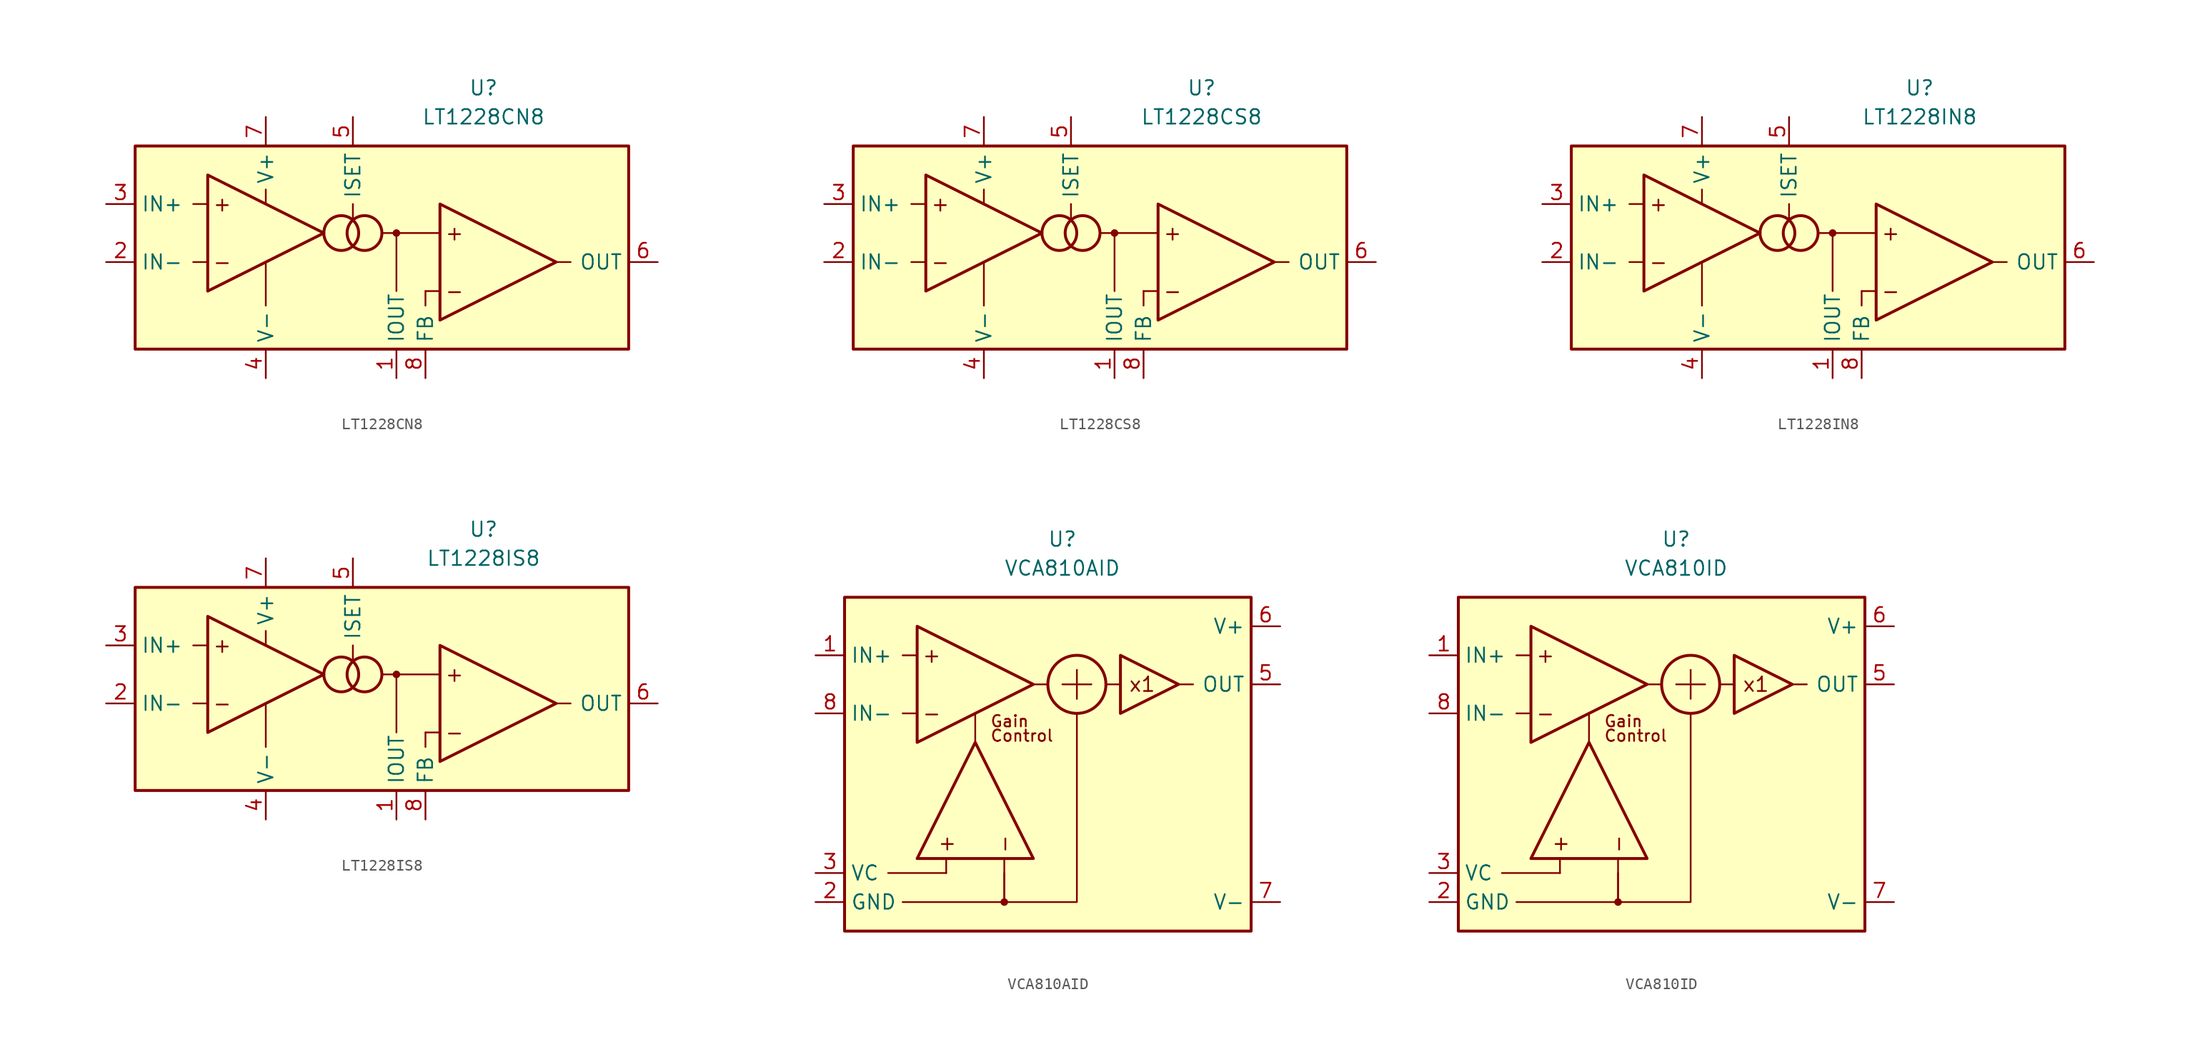
<source format=kicad_sym>
(kicad_symbol_lib
  (version 20231120)
  (generator "kicad_symbol_editor")
  (generator_version "8.0")
  (symbol "LT1228CN8"
    (property "Reference" "U"
      (at 10.16 13.97 0)
      (effects (font (size 1.27 1.27))))
    (property "Value" "LT1228CN8"
      (at 10.16 11.43 0)
      (effects (font (size 1.27 1.27))))
    (symbol "LT1228CN8_0_0"
      (rectangle (start -20.32 8.89) (end 22.86 -8.89) (stroke (width 0.254) (type default)) (fill (type background)))
      (circle (center -2.286 1.27) (radius 1.524) (stroke (width 0.254) (type default)) (fill (type none)))
      (circle (center -0.254 1.27) (radius 1.524) (stroke (width 0.254) (type default)) (fill (type none)))
      (polyline (pts (xy -13.97 -1.27) (xy -15.24 -1.27)) (stroke (width 0.152) (type default)) (fill (type none)))
      (polyline (pts (xy -13.97 3.81) (xy -15.24 3.81)) (stroke (width 0.152) (type default)) (fill (type none)))
      (polyline (pts (xy -8.89 -1.27) (xy -8.89 -5.08)) (stroke (width 0.152) (type default)) (fill (type none)))
      (polyline (pts (xy -8.89 3.81) (xy -8.89 5.08)) (stroke (width 0.152) (type default)) (fill (type none)))
      (polyline (pts (xy -1.27 3.81) (xy -1.27 2.54)) (stroke (width 0.152) (type default)) (fill (type none)))
      (polyline (pts (xy 1.27 1.27) (xy 6.35 1.27)) (stroke (width 0.152) (type default)) (fill (type none)))
      (polyline (pts (xy 2.54 1.27) (xy 2.54 -3.81)) (stroke (width 0.152) (type default)) (fill (type none)))
      (polyline (pts (xy 5.08 -3.81) (xy 5.08 -5.08)) (stroke (width 0.152) (type default)) (fill (type none)))
      (polyline (pts (xy 6.35 -3.81) (xy 5.08 -3.81)) (stroke (width 0.152) (type default)) (fill (type none)))
      (polyline (pts (xy 16.51 -1.27) (xy 17.78 -1.27)) (stroke (width 0.152) (type default)) (fill (type none)))
      (circle (center 2.54 1.27) (radius 0.254) (stroke (width 0.152) (type default)) (fill (type outline)))
      (text "+" (at -12.7 3.81 0) (effects (font (size 1.27 1.27))))
      (text "+" (at 7.62 1.27 0) (effects (font (size 1.27 1.27))))
      (text "-" (at -12.7 -1.27 0) (effects (font (size 1.27 1.27))))
      (text "-" (at 7.62 -3.81 0) (effects (font (size 1.27 1.27)))))
    (symbol "LT1228CN8_0_1"
      (polyline (pts (xy -13.97 6.35) (xy -13.97 -3.81) (xy -3.81 1.27) (xy -13.97 6.35)) (stroke (width 0.254) (type default)) (fill (type none)))
      (polyline (pts (xy 6.35 3.81) (xy 6.35 -6.35) (xy 16.51 -1.27) (xy 6.35 3.81)) (stroke (width 0.254) (type default)) (fill (type none))))
    (symbol "LT1228CN8_1_1"
      (pin output line (at 2.54 -11.43 90) (length 2.54) (name "IOUT" (effects (font (size 1.27 1.27)))) (number "1" (effects (font (size 1.27 1.27)))))
      (pin input line (at -22.86 -1.27 0) (length 2.54) (name "IN-" (effects (font (size 1.27 1.27)))) (number "2" (effects (font (size 1.27 1.27)))))
      (pin input line (at -22.86 3.81 0) (length 2.54) (name "IN+" (effects (font (size 1.27 1.27)))) (number "3" (effects (font (size 1.27 1.27)))))
      (pin power_in line (at -8.89 -11.43 90) (length 2.54) (name "V-" (effects (font (size 1.27 1.27)))) (number "4" (effects (font (size 1.27 1.27)))))
      (pin passive line (at -1.27 11.43 270) (length 2.54) (name "ISET" (effects (font (size 1.27 1.27)))) (number "5" (effects (font (size 1.27 1.27)))))
      (pin output line (at 25.4 -1.27 180) (length 2.54) (name "OUT" (effects (font (size 1.27 1.27)))) (number "6" (effects (font (size 1.27 1.27)))))
      (pin power_in line (at -8.89 11.43 270) (length 2.54) (name "V+" (effects (font (size 1.27 1.27)))) (number "7" (effects (font (size 1.27 1.27)))))
      (pin input line (at 5.08 -11.43 90) (length 2.54) (name "FB" (effects (font (size 1.27 1.27)))) (number "8" (effects (font (size 1.27 1.27)))))))
  (symbol "LT1228CS8"
    (property "Reference" "U"
      (at 10.16 13.97 0)
      (effects (font (size 1.27 1.27))))
    (property "Value" "LT1228CS8"
      (at 10.16 11.43 0)
      (effects (font (size 1.27 1.27))))
    (symbol "LT1228CS8_0_0"
      (rectangle (start -20.32 8.89) (end 22.86 -8.89) (stroke (width 0.254) (type default)) (fill (type background)))
      (circle (center -2.286 1.27) (radius 1.524) (stroke (width 0.254) (type default)) (fill (type none)))
      (circle (center -0.254 1.27) (radius 1.524) (stroke (width 0.254) (type default)) (fill (type none)))
      (polyline (pts (xy -13.97 -1.27) (xy -15.24 -1.27)) (stroke (width 0.152) (type default)) (fill (type none)))
      (polyline (pts (xy -13.97 3.81) (xy -15.24 3.81)) (stroke (width 0.152) (type default)) (fill (type none)))
      (polyline (pts (xy -8.89 -1.27) (xy -8.89 -5.08)) (stroke (width 0.152) (type default)) (fill (type none)))
      (polyline (pts (xy -8.89 3.81) (xy -8.89 5.08)) (stroke (width 0.152) (type default)) (fill (type none)))
      (polyline (pts (xy -1.27 3.81) (xy -1.27 2.54)) (stroke (width 0.152) (type default)) (fill (type none)))
      (polyline (pts (xy 1.27 1.27) (xy 6.35 1.27)) (stroke (width 0.152) (type default)) (fill (type none)))
      (polyline (pts (xy 2.54 1.27) (xy 2.54 -3.81)) (stroke (width 0.152) (type default)) (fill (type none)))
      (polyline (pts (xy 5.08 -3.81) (xy 5.08 -5.08)) (stroke (width 0.152) (type default)) (fill (type none)))
      (polyline (pts (xy 6.35 -3.81) (xy 5.08 -3.81)) (stroke (width 0.152) (type default)) (fill (type none)))
      (polyline (pts (xy 16.51 -1.27) (xy 17.78 -1.27)) (stroke (width 0.152) (type default)) (fill (type none)))
      (circle (center 2.54 1.27) (radius 0.254) (stroke (width 0.152) (type default)) (fill (type outline)))
      (text "+" (at -12.7 3.81 0) (effects (font (size 1.27 1.27))))
      (text "+" (at 7.62 1.27 0) (effects (font (size 1.27 1.27))))
      (text "-" (at -12.7 -1.27 0) (effects (font (size 1.27 1.27))))
      (text "-" (at 7.62 -3.81 0) (effects (font (size 1.27 1.27)))))
    (symbol "LT1228CS8_0_1"
      (polyline (pts (xy -13.97 6.35) (xy -13.97 -3.81) (xy -3.81 1.27) (xy -13.97 6.35)) (stroke (width 0.254) (type default)) (fill (type none)))
      (polyline (pts (xy 6.35 3.81) (xy 6.35 -6.35) (xy 16.51 -1.27) (xy 6.35 3.81)) (stroke (width 0.254) (type default)) (fill (type none))))
    (symbol "LT1228CS8_1_1"
      (pin output line (at 2.54 -11.43 90) (length 2.54) (name "IOUT" (effects (font (size 1.27 1.27)))) (number "1" (effects (font (size 1.27 1.27)))))
      (pin input line (at -22.86 -1.27 0) (length 2.54) (name "IN-" (effects (font (size 1.27 1.27)))) (number "2" (effects (font (size 1.27 1.27)))))
      (pin input line (at -22.86 3.81 0) (length 2.54) (name "IN+" (effects (font (size 1.27 1.27)))) (number "3" (effects (font (size 1.27 1.27)))))
      (pin power_in line (at -8.89 -11.43 90) (length 2.54) (name "V-" (effects (font (size 1.27 1.27)))) (number "4" (effects (font (size 1.27 1.27)))))
      (pin passive line (at -1.27 11.43 270) (length 2.54) (name "ISET" (effects (font (size 1.27 1.27)))) (number "5" (effects (font (size 1.27 1.27)))))
      (pin output line (at 25.4 -1.27 180) (length 2.54) (name "OUT" (effects (font (size 1.27 1.27)))) (number "6" (effects (font (size 1.27 1.27)))))
      (pin power_in line (at -8.89 11.43 270) (length 2.54) (name "V+" (effects (font (size 1.27 1.27)))) (number "7" (effects (font (size 1.27 1.27)))))
      (pin input line (at 5.08 -11.43 90) (length 2.54) (name "FB" (effects (font (size 1.27 1.27)))) (number "8" (effects (font (size 1.27 1.27)))))))
  (symbol "LT1228IN8"
    (property "Reference" "U"
      (at 10.16 13.97 0)
      (effects (font (size 1.27 1.27))))
    (property "Value" "LT1228IN8"
      (at 10.16 11.43 0)
      (effects (font (size 1.27 1.27))))
    (symbol "LT1228IN8_0_0"
      (rectangle (start -20.32 8.89) (end 22.86 -8.89) (stroke (width 0.254) (type default)) (fill (type background)))
      (circle (center -2.286 1.27) (radius 1.524) (stroke (width 0.254) (type default)) (fill (type none)))
      (circle (center -0.254 1.27) (radius 1.524) (stroke (width 0.254) (type default)) (fill (type none)))
      (polyline (pts (xy -13.97 -1.27) (xy -15.24 -1.27)) (stroke (width 0.152) (type default)) (fill (type none)))
      (polyline (pts (xy -13.97 3.81) (xy -15.24 3.81)) (stroke (width 0.152) (type default)) (fill (type none)))
      (polyline (pts (xy -8.89 -1.27) (xy -8.89 -5.08)) (stroke (width 0.152) (type default)) (fill (type none)))
      (polyline (pts (xy -8.89 3.81) (xy -8.89 5.08)) (stroke (width 0.152) (type default)) (fill (type none)))
      (polyline (pts (xy -1.27 3.81) (xy -1.27 2.54)) (stroke (width 0.152) (type default)) (fill (type none)))
      (polyline (pts (xy 1.27 1.27) (xy 6.35 1.27)) (stroke (width 0.152) (type default)) (fill (type none)))
      (polyline (pts (xy 2.54 1.27) (xy 2.54 -3.81)) (stroke (width 0.152) (type default)) (fill (type none)))
      (polyline (pts (xy 5.08 -3.81) (xy 5.08 -5.08)) (stroke (width 0.152) (type default)) (fill (type none)))
      (polyline (pts (xy 6.35 -3.81) (xy 5.08 -3.81)) (stroke (width 0.152) (type default)) (fill (type none)))
      (polyline (pts (xy 16.51 -1.27) (xy 17.78 -1.27)) (stroke (width 0.152) (type default)) (fill (type none)))
      (circle (center 2.54 1.27) (radius 0.254) (stroke (width 0.152) (type default)) (fill (type outline)))
      (text "+" (at -12.7 3.81 0) (effects (font (size 1.27 1.27))))
      (text "+" (at 7.62 1.27 0) (effects (font (size 1.27 1.27))))
      (text "-" (at -12.7 -1.27 0) (effects (font (size 1.27 1.27))))
      (text "-" (at 7.62 -3.81 0) (effects (font (size 1.27 1.27)))))
    (symbol "LT1228IN8_0_1"
      (polyline (pts (xy -13.97 6.35) (xy -13.97 -3.81) (xy -3.81 1.27) (xy -13.97 6.35)) (stroke (width 0.254) (type default)) (fill (type none)))
      (polyline (pts (xy 6.35 3.81) (xy 6.35 -6.35) (xy 16.51 -1.27) (xy 6.35 3.81)) (stroke (width 0.254) (type default)) (fill (type none))))
    (symbol "LT1228IN8_1_1"
      (pin output line (at 2.54 -11.43 90) (length 2.54) (name "IOUT" (effects (font (size 1.27 1.27)))) (number "1" (effects (font (size 1.27 1.27)))))
      (pin input line (at -22.86 -1.27 0) (length 2.54) (name "IN-" (effects (font (size 1.27 1.27)))) (number "2" (effects (font (size 1.27 1.27)))))
      (pin input line (at -22.86 3.81 0) (length 2.54) (name "IN+" (effects (font (size 1.27 1.27)))) (number "3" (effects (font (size 1.27 1.27)))))
      (pin power_in line (at -8.89 -11.43 90) (length 2.54) (name "V-" (effects (font (size 1.27 1.27)))) (number "4" (effects (font (size 1.27 1.27)))))
      (pin passive line (at -1.27 11.43 270) (length 2.54) (name "ISET" (effects (font (size 1.27 1.27)))) (number "5" (effects (font (size 1.27 1.27)))))
      (pin output line (at 25.4 -1.27 180) (length 2.54) (name "OUT" (effects (font (size 1.27 1.27)))) (number "6" (effects (font (size 1.27 1.27)))))
      (pin power_in line (at -8.89 11.43 270) (length 2.54) (name "V+" (effects (font (size 1.27 1.27)))) (number "7" (effects (font (size 1.27 1.27)))))
      (pin input line (at 5.08 -11.43 90) (length 2.54) (name "FB" (effects (font (size 1.27 1.27)))) (number "8" (effects (font (size 1.27 1.27)))))))
  (symbol "LT1228IS8"
    (property "Reference" "U"
      (at 10.16 13.97 0)
      (effects (font (size 1.27 1.27))))
    (property "Value" "LT1228IS8"
      (at 10.16 11.43 0)
      (effects (font (size 1.27 1.27))))
    (symbol "LT1228IS8_0_0"
      (rectangle (start -20.32 8.89) (end 22.86 -8.89) (stroke (width 0.254) (type default)) (fill (type background)))
      (circle (center -2.286 1.27) (radius 1.524) (stroke (width 0.254) (type default)) (fill (type none)))
      (circle (center -0.254 1.27) (radius 1.524) (stroke (width 0.254) (type default)) (fill (type none)))
      (polyline (pts (xy -13.97 -1.27) (xy -15.24 -1.27)) (stroke (width 0.152) (type default)) (fill (type none)))
      (polyline (pts (xy -13.97 3.81) (xy -15.24 3.81)) (stroke (width 0.152) (type default)) (fill (type none)))
      (polyline (pts (xy -8.89 -1.27) (xy -8.89 -5.08)) (stroke (width 0.152) (type default)) (fill (type none)))
      (polyline (pts (xy -8.89 3.81) (xy -8.89 5.08)) (stroke (width 0.152) (type default)) (fill (type none)))
      (polyline (pts (xy -1.27 3.81) (xy -1.27 2.54)) (stroke (width 0.152) (type default)) (fill (type none)))
      (polyline (pts (xy 1.27 1.27) (xy 6.35 1.27)) (stroke (width 0.152) (type default)) (fill (type none)))
      (polyline (pts (xy 2.54 1.27) (xy 2.54 -3.81)) (stroke (width 0.152) (type default)) (fill (type none)))
      (polyline (pts (xy 5.08 -3.81) (xy 5.08 -5.08)) (stroke (width 0.152) (type default)) (fill (type none)))
      (polyline (pts (xy 6.35 -3.81) (xy 5.08 -3.81)) (stroke (width 0.152) (type default)) (fill (type none)))
      (polyline (pts (xy 16.51 -1.27) (xy 17.78 -1.27)) (stroke (width 0.152) (type default)) (fill (type none)))
      (circle (center 2.54 1.27) (radius 0.254) (stroke (width 0.152) (type default)) (fill (type outline)))
      (text "+" (at -12.7 3.81 0) (effects (font (size 1.27 1.27))))
      (text "+" (at 7.62 1.27 0) (effects (font (size 1.27 1.27))))
      (text "-" (at -12.7 -1.27 0) (effects (font (size 1.27 1.27))))
      (text "-" (at 7.62 -3.81 0) (effects (font (size 1.27 1.27)))))
    (symbol "LT1228IS8_0_1"
      (polyline (pts (xy -13.97 6.35) (xy -13.97 -3.81) (xy -3.81 1.27) (xy -13.97 6.35)) (stroke (width 0.254) (type default)) (fill (type none)))
      (polyline (pts (xy 6.35 3.81) (xy 6.35 -6.35) (xy 16.51 -1.27) (xy 6.35 3.81)) (stroke (width 0.254) (type default)) (fill (type none))))
    (symbol "LT1228IS8_1_1"
      (pin output line (at 2.54 -11.43 90) (length 2.54) (name "IOUT" (effects (font (size 1.27 1.27)))) (number "1" (effects (font (size 1.27 1.27)))))
      (pin input line (at -22.86 -1.27 0) (length 2.54) (name "IN-" (effects (font (size 1.27 1.27)))) (number "2" (effects (font (size 1.27 1.27)))))
      (pin input line (at -22.86 3.81 0) (length 2.54) (name "IN+" (effects (font (size 1.27 1.27)))) (number "3" (effects (font (size 1.27 1.27)))))
      (pin power_in line (at -8.89 -11.43 90) (length 2.54) (name "V-" (effects (font (size 1.27 1.27)))) (number "4" (effects (font (size 1.27 1.27)))))
      (pin passive line (at -1.27 11.43 270) (length 2.54) (name "ISET" (effects (font (size 1.27 1.27)))) (number "5" (effects (font (size 1.27 1.27)))))
      (pin output line (at 25.4 -1.27 180) (length 2.54) (name "OUT" (effects (font (size 1.27 1.27)))) (number "6" (effects (font (size 1.27 1.27)))))
      (pin power_in line (at -8.89 11.43 270) (length 2.54) (name "V+" (effects (font (size 1.27 1.27)))) (number "7" (effects (font (size 1.27 1.27)))))
      (pin input line (at 5.08 -11.43 90) (length 2.54) (name "FB" (effects (font (size 1.27 1.27)))) (number "8" (effects (font (size 1.27 1.27)))))))
  (symbol "VCA810AID"
    (property "Reference" "U"
      (at 0 20.32 0)
      (effects (font (size 1.27 1.27))))
    (property "Value" "VCA810AID"
      (at 0 17.78 0)
      (effects (font (size 1.27 1.27))))
    (symbol "VCA810AID_0_0"
      (rectangle (start -19.05 15.24) (end 16.51 -13.97) (stroke (width 0.254) (type default)) (fill (type background)))
      (circle (center -5.08 -11.43) (radius 0.254) (stroke (width 0.152) (type default)) (fill (type outline)))
      (polyline (pts (xy -15.24 -8.89) (xy -10.16 -8.89)) (stroke (width 0.152) (type default)) (fill (type none)))
      (polyline (pts (xy -12.7 5.08) (xy -13.97 5.08)) (stroke (width 0.152) (type default)) (fill (type none)))
      (polyline (pts (xy -12.7 10.16) (xy -13.97 10.16)) (stroke (width 0.152) (type default)) (fill (type none)))
      (polyline (pts (xy -10.16 -8.89) (xy -10.16 -7.62)) (stroke (width 0.152) (type default)) (fill (type none)))
      (polyline (pts (xy -7.62 2.54) (xy -7.62 5.08)) (stroke (width 0.152) (type default)) (fill (type none)))
      (polyline (pts (xy -2.54 7.62) (xy -1.27 7.62)) (stroke (width 0.152) (type default)) (fill (type none)))
      (polyline (pts (xy 0 7.62) (xy 2.54 7.62)) (stroke (width 0.152) (type default)) (fill (type none)))
      (polyline (pts (xy 1.27 8.89) (xy 1.27 6.35)) (stroke (width 0.152) (type default)) (fill (type none)))
      (polyline (pts (xy 5.08 7.62) (xy 3.81 7.62)) (stroke (width 0.152) (type default)) (fill (type none)))
      (polyline (pts (xy 10.16 7.62) (xy 11.43 7.62)) (stroke (width 0.152) (type default)) (fill (type none)))
      (polyline (pts (xy -5.08 -8.89) (xy -5.08 -11.43) (xy -13.97 -11.43)) (stroke (width 0.152) (type default)) (fill (type none)))
      (polyline (pts (xy -5.08 -7.62) (xy -5.08 -11.43) (xy 1.27 -11.43) (xy 1.27 5.08)) (stroke (width 0.152) (type default)) (fill (type none)))
      (circle (center 1.27 7.62) (radius 2.54) (stroke (width 0.254) (type default)) (fill (type none)))
      (text "+" (at -11.43 10.16 0) (effects (font (size 1.27 1.27))))
      (text "+" (at -10.16 -6.35 900) (effects (font (size 1.27 1.27))))
      (text "-" (at -11.43 5.08 0) (effects (font (size 1.27 1.27))))
      (text "-" (at -5.08 -6.35 900) (effects (font (size 1.27 1.27))))
      (text "Control" (at -6.35 2.54 0) (effects (font (size 1 1)) (justify left bottom)))
      (text "Gain" (at -6.35 3.81 0) (effects (font (size 1 1)) (justify left bottom)))
      (text "x1" (at 6.985 7.62 0) (effects (font (size 1.27 1.27)))))
    (symbol "VCA810AID_0_1"
      (polyline (pts (xy -12.7 -7.62) (xy -2.54 -7.62) (xy -7.62 2.54) (xy -12.7 -7.62)) (stroke (width 0.254) (type default)) (fill (type none)))
      (polyline (pts (xy -12.7 12.7) (xy -12.7 2.54) (xy -2.54 7.62) (xy -12.7 12.7)) (stroke (width 0.254) (type default)) (fill (type none)))
      (polyline (pts (xy 5.08 10.16) (xy 5.08 5.08) (xy 10.16 7.62) (xy 5.08 10.16)) (stroke (width 0.254) (type default)) (fill (type none))))
    (symbol "VCA810AID_1_1"
      (pin input line (at -21.59 10.16 0) (length 2.54) (name "IN+" (effects (font (size 1.27 1.27)))) (number "1" (effects (font (size 1.27 1.27)))))
      (pin input line (at -21.59 -11.43 0) (length 2.54) (name "GND" (effects (font (size 1.27 1.27)))) (number "2" (effects (font (size 1.27 1.27)))))
      (pin input line (at -21.59 -8.89 0) (length 2.54) (name "VC" (effects (font (size 1.27 1.27)))) (number "3" (effects (font (size 1.27 1.27)))))
      (pin free line (at 8.89 2.54 180) (length 2.54) hide (name "NC" (effects (font (size 1.27 1.27)))) (number "4" (effects (font (size 1.27 1.27)))))
      (pin output line (at 19.05 7.62 180) (length 2.54) (name "OUT" (effects (font (size 1.27 1.27)))) (number "5" (effects (font (size 1.27 1.27)))))
      (pin power_in line (at 19.05 12.7 180) (length 2.54) (name "V+" (effects (font (size 1.27 1.27)))) (number "6" (effects (font (size 1.27 1.27)))))
      (pin power_in line (at 19.05 -11.43 180) (length 2.54) (name "V-" (effects (font (size 1.27 1.27)))) (number "7" (effects (font (size 1.27 1.27)))))
      (pin input line (at -21.59 5.08 0) (length 2.54) (name "IN-" (effects (font (size 1.27 1.27)))) (number "8" (effects (font (size 1.27 1.27)))))))
  (symbol "VCA810ID"
    (property "Reference" "U"
      (at 0 20.32 0)
      (effects (font (size 1.27 1.27))))
    (property "Value" "VCA810ID"
      (at 0 17.78 0)
      (effects (font (size 1.27 1.27))))
    (symbol "VCA810ID_0_0"
      (rectangle (start -19.05 15.24) (end 16.51 -13.97) (stroke (width 0.254) (type default)) (fill (type background)))
      (circle (center -5.08 -11.43) (radius 0.254) (stroke (width 0.152) (type default)) (fill (type outline)))
      (polyline (pts (xy -15.24 -8.89) (xy -10.16 -8.89)) (stroke (width 0.152) (type default)) (fill (type none)))
      (polyline (pts (xy -12.7 5.08) (xy -13.97 5.08)) (stroke (width 0.152) (type default)) (fill (type none)))
      (polyline (pts (xy -12.7 10.16) (xy -13.97 10.16)) (stroke (width 0.152) (type default)) (fill (type none)))
      (polyline (pts (xy -10.16 -8.89) (xy -10.16 -7.62)) (stroke (width 0.152) (type default)) (fill (type none)))
      (polyline (pts (xy -7.62 2.54) (xy -7.62 5.08)) (stroke (width 0.152) (type default)) (fill (type none)))
      (polyline (pts (xy -2.54 7.62) (xy -1.27 7.62)) (stroke (width 0.152) (type default)) (fill (type none)))
      (polyline (pts (xy 0 7.62) (xy 2.54 7.62)) (stroke (width 0.152) (type default)) (fill (type none)))
      (polyline (pts (xy 1.27 8.89) (xy 1.27 6.35)) (stroke (width 0.152) (type default)) (fill (type none)))
      (polyline (pts (xy 5.08 7.62) (xy 3.81 7.62)) (stroke (width 0.152) (type default)) (fill (type none)))
      (polyline (pts (xy 10.16 7.62) (xy 11.43 7.62)) (stroke (width 0.152) (type default)) (fill (type none)))
      (polyline (pts (xy -5.08 -8.89) (xy -5.08 -11.43) (xy -13.97 -11.43)) (stroke (width 0.152) (type default)) (fill (type none)))
      (polyline (pts (xy -5.08 -7.62) (xy -5.08 -11.43) (xy 1.27 -11.43) (xy 1.27 5.08)) (stroke (width 0.152) (type default)) (fill (type none)))
      (circle (center 1.27 7.62) (radius 2.54) (stroke (width 0.254) (type default)) (fill (type none)))
      (text "+" (at -11.43 10.16 0) (effects (font (size 1.27 1.27))))
      (text "+" (at -10.16 -6.35 900) (effects (font (size 1.27 1.27))))
      (text "-" (at -11.43 5.08 0) (effects (font (size 1.27 1.27))))
      (text "-" (at -5.08 -6.35 900) (effects (font (size 1.27 1.27))))
      (text "Control" (at -6.35 2.54 0) (effects (font (size 1 1)) (justify left bottom)))
      (text "Gain" (at -6.35 3.81 0) (effects (font (size 1 1)) (justify left bottom)))
      (text "x1" (at 6.985 7.62 0) (effects (font (size 1.27 1.27)))))
    (symbol "VCA810ID_0_1"
      (polyline (pts (xy -12.7 -7.62) (xy -2.54 -7.62) (xy -7.62 2.54) (xy -12.7 -7.62)) (stroke (width 0.254) (type default)) (fill (type none)))
      (polyline (pts (xy -12.7 12.7) (xy -12.7 2.54) (xy -2.54 7.62) (xy -12.7 12.7)) (stroke (width 0.254) (type default)) (fill (type none)))
      (polyline (pts (xy 5.08 10.16) (xy 5.08 5.08) (xy 10.16 7.62) (xy 5.08 10.16)) (stroke (width 0.254) (type default)) (fill (type none))))
    (symbol "VCA810ID_1_1"
      (pin input line (at -21.59 10.16 0) (length 2.54) (name "IN+" (effects (font (size 1.27 1.27)))) (number "1" (effects (font (size 1.27 1.27)))))
      (pin input line (at -21.59 -11.43 0) (length 2.54) (name "GND" (effects (font (size 1.27 1.27)))) (number "2" (effects (font (size 1.27 1.27)))))
      (pin input line (at -21.59 -8.89 0) (length 2.54) (name "VC" (effects (font (size 1.27 1.27)))) (number "3" (effects (font (size 1.27 1.27)))))
      (pin free line (at 10.16 2.54 180) (length 2.54) hide (name "NC" (effects (font (size 1.27 1.27)))) (number "4" (effects (font (size 1.27 1.27)))))
      (pin output line (at 19.05 7.62 180) (length 2.54) (name "OUT" (effects (font (size 1.27 1.27)))) (number "5" (effects (font (size 1.27 1.27)))))
      (pin power_in line (at 19.05 12.7 180) (length 2.54) (name "V+" (effects (font (size 1.27 1.27)))) (number "6" (effects (font (size 1.27 1.27)))))
      (pin power_in line (at 19.05 -11.43 180) (length 2.54) (name "V-" (effects (font (size 1.27 1.27)))) (number "7" (effects (font (size 1.27 1.27)))))
      (pin input line (at -21.59 5.08 0) (length 2.54) (name "IN-" (effects (font (size 1.27 1.27)))) (number "8" (effects (font (size 1.27 1.27))))))))
</source>
